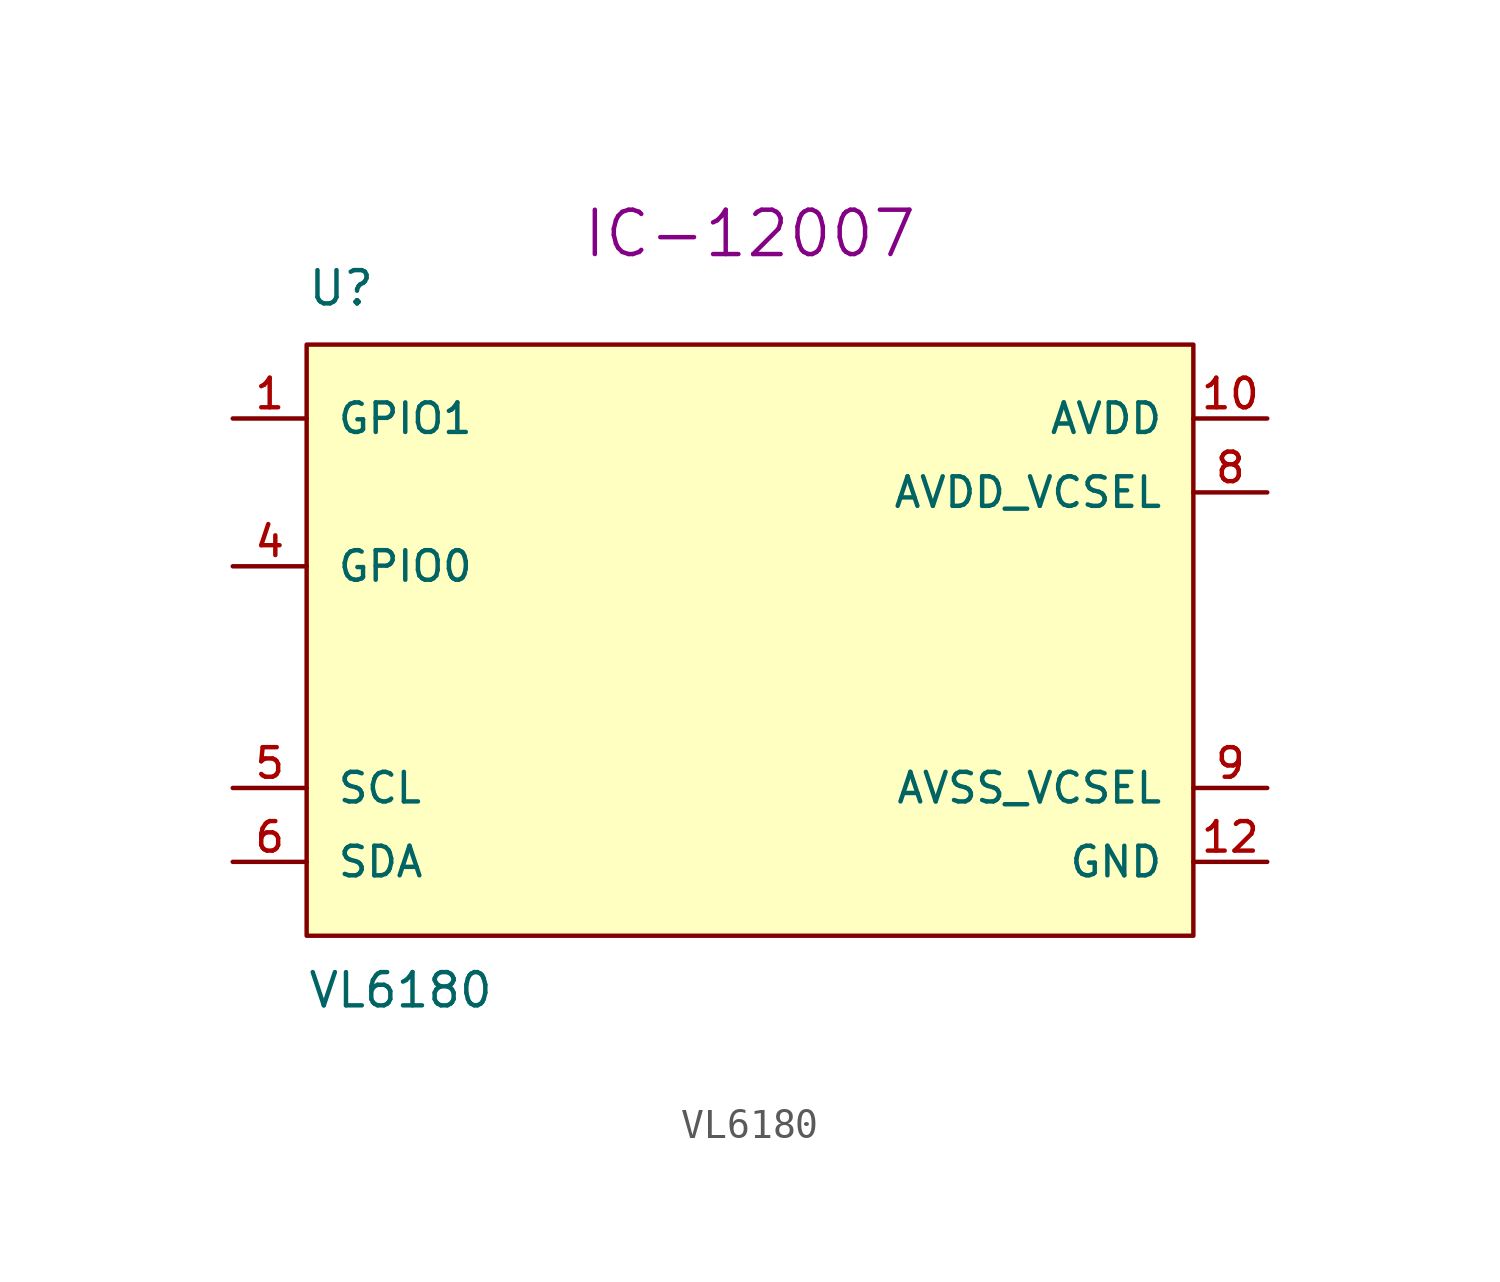
<source format=kicad_sym>
(kicad_symbol_lib
  (version 20220914)
  (generator kicad_symbol_editor)
  (symbol "VL6180"
    (pin_names
      (offset 1.016))
    (property "Reference" "U"
      (at -15.24 11.43 0)
      (effects (font (size 1.143 1.143)) (justify left bottom)))
    (property "Value" "VL6180"
      (at -15.24 -12.7 0)
      (effects (font (size 1.143 1.143)) (justify left bottom)))
    (property "Field4" "IC-12007"
      (at 0 13.97 0)
      (effects (font (size 1.524 1.524))))
    (property "ki_locked" ""
      (at 0 0 0)
      (effects (font (size 1.27 1.27))))
    (symbol "VL6180_1_1"
      (polyline (pts (xy -15.24 -10.16) (xy 15.24 -10.16) (xy 15.24 10.16) (xy -15.24 10.16) (xy -15.24 -10.16)) (stroke (width 0) (type solid)) (fill (type background)))
      (pin bidirectional line (at -17.78 7.62 0) (length 2.54) (name "GPIO1" (effects (font (size 1.016 1.016)))) (number "1" (effects (font (size 1.016 1.016)))))
      (pin bidirectional line (at 17.78 7.62 180) (length 2.54) (name "AVDD" (effects (font (size 1.016 1.016)))) (number "10" (effects (font (size 1.016 1.016)))))
      (pin bidirectional line (at 17.78 -7.62 180) (length 2.54) (name "GND" (effects (font (size 1.016 1.016)))) (number "12" (effects (font (size 1.016 1.016)))))
      (pin bidirectional line (at -17.78 2.54 0) (length 2.54) (name "GPIO0" (effects (font (size 1.016 1.016)))) (number "4" (effects (font (size 1.016 1.016)))))
      (pin bidirectional line (at -17.78 -5.08 0) (length 2.54) (name "SCL" (effects (font (size 1.016 1.016)))) (number "5" (effects (font (size 1.016 1.016)))))
      (pin bidirectional line (at -17.78 -7.62 0) (length 2.54) (name "SDA" (effects (font (size 1.016 1.016)))) (number "6" (effects (font (size 1.016 1.016)))))
      (pin bidirectional line (at 17.78 5.08 180) (length 2.54) (name "AVDD_VCSEL" (effects (font (size 1.016 1.016)))) (number "8" (effects (font (size 1.016 1.016)))))
      (pin bidirectional line (at 17.78 -5.08 180) (length 2.54) (name "AVSS_VCSEL" (effects (font (size 1.016 1.016)))) (number "9" (effects (font (size 1.016 1.016))))))))
</source>
